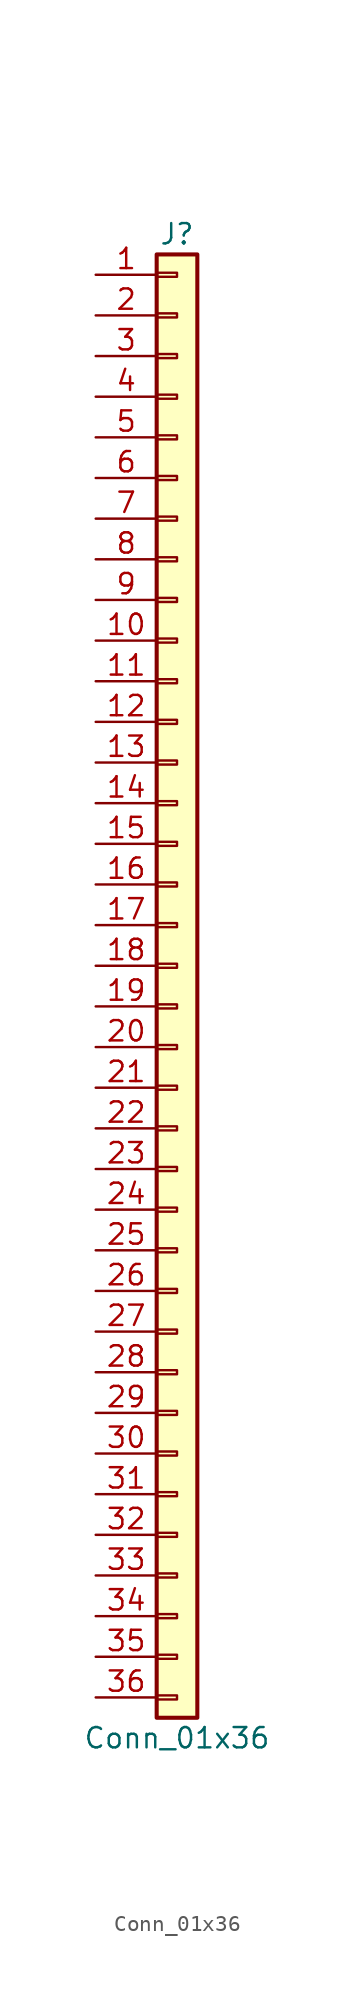
<source format=kicad_sym>
(kicad_symbol_lib
  (version 20220914)
  (generator kicad_symbol_editor)
  (symbol "Conn_01x36"
    (pin_names
      (offset 1.016) hide)
    (property "Reference" "J"
      (at 0 45.72 0)
      (effects (font (size 1.27 1.27))))
    (property "Value" "Conn_01x36"
      (at 0 -48.26 0)
      (effects (font (size 1.27 1.27))))
    (symbol "Conn_01x36_1_1"
      (rectangle (start -1.27 -45.593) (end 0 -45.847) (stroke (width 0.152) (type default)) (fill (type none)))
      (rectangle (start -1.27 -43.053) (end 0 -43.307) (stroke (width 0.152) (type default)) (fill (type none)))
      (rectangle (start -1.27 -40.513) (end 0 -40.767) (stroke (width 0.152) (type default)) (fill (type none)))
      (rectangle (start -1.27 -37.973) (end 0 -38.227) (stroke (width 0.152) (type default)) (fill (type none)))
      (rectangle (start -1.27 -35.433) (end 0 -35.687) (stroke (width 0.152) (type default)) (fill (type none)))
      (rectangle (start -1.27 -32.893) (end 0 -33.147) (stroke (width 0.152) (type default)) (fill (type none)))
      (rectangle (start -1.27 -30.353) (end 0 -30.607) (stroke (width 0.152) (type default)) (fill (type none)))
      (rectangle (start -1.27 -27.813) (end 0 -28.067) (stroke (width 0.152) (type default)) (fill (type none)))
      (rectangle (start -1.27 -25.273) (end 0 -25.527) (stroke (width 0.152) (type default)) (fill (type none)))
      (rectangle (start -1.27 -22.733) (end 0 -22.987) (stroke (width 0.152) (type default)) (fill (type none)))
      (rectangle (start -1.27 -20.193) (end 0 -20.447) (stroke (width 0.152) (type default)) (fill (type none)))
      (rectangle (start -1.27 -17.653) (end 0 -17.907) (stroke (width 0.152) (type default)) (fill (type none)))
      (rectangle (start -1.27 -15.113) (end 0 -15.367) (stroke (width 0.152) (type default)) (fill (type none)))
      (rectangle (start -1.27 -12.573) (end 0 -12.827) (stroke (width 0.152) (type default)) (fill (type none)))
      (rectangle (start -1.27 -10.033) (end 0 -10.287) (stroke (width 0.152) (type default)) (fill (type none)))
      (rectangle (start -1.27 -7.493) (end 0 -7.747) (stroke (width 0.152) (type default)) (fill (type none)))
      (rectangle (start -1.27 -4.953) (end 0 -5.207) (stroke (width 0.152) (type default)) (fill (type none)))
      (rectangle (start -1.27 -2.413) (end 0 -2.667) (stroke (width 0.152) (type default)) (fill (type none)))
      (rectangle (start -1.27 0.127) (end 0 -0.127) (stroke (width 0.152) (type default)) (fill (type none)))
      (rectangle (start -1.27 2.667) (end 0 2.413) (stroke (width 0.152) (type default)) (fill (type none)))
      (rectangle (start -1.27 5.207) (end 0 4.953) (stroke (width 0.152) (type default)) (fill (type none)))
      (rectangle (start -1.27 7.747) (end 0 7.493) (stroke (width 0.152) (type default)) (fill (type none)))
      (rectangle (start -1.27 10.287) (end 0 10.033) (stroke (width 0.152) (type default)) (fill (type none)))
      (rectangle (start -1.27 12.827) (end 0 12.573) (stroke (width 0.152) (type default)) (fill (type none)))
      (rectangle (start -1.27 15.367) (end 0 15.113) (stroke (width 0.152) (type default)) (fill (type none)))
      (rectangle (start -1.27 17.907) (end 0 17.653) (stroke (width 0.152) (type default)) (fill (type none)))
      (rectangle (start -1.27 20.447) (end 0 20.193) (stroke (width 0.152) (type default)) (fill (type none)))
      (rectangle (start -1.27 22.987) (end 0 22.733) (stroke (width 0.152) (type default)) (fill (type none)))
      (rectangle (start -1.27 25.527) (end 0 25.273) (stroke (width 0.152) (type default)) (fill (type none)))
      (rectangle (start -1.27 28.067) (end 0 27.813) (stroke (width 0.152) (type default)) (fill (type none)))
      (rectangle (start -1.27 30.607) (end 0 30.353) (stroke (width 0.152) (type default)) (fill (type none)))
      (rectangle (start -1.27 33.147) (end 0 32.893) (stroke (width 0.152) (type default)) (fill (type none)))
      (rectangle (start -1.27 35.687) (end 0 35.433) (stroke (width 0.152) (type default)) (fill (type none)))
      (rectangle (start -1.27 38.227) (end 0 37.973) (stroke (width 0.152) (type default)) (fill (type none)))
      (rectangle (start -1.27 40.767) (end 0 40.513) (stroke (width 0.152) (type default)) (fill (type none)))
      (rectangle (start -1.27 43.307) (end 0 43.053) (stroke (width 0.152) (type default)) (fill (type none)))
      (rectangle (start -1.27 44.45) (end 1.27 -46.99) (stroke (width 0.254) (type default)) (fill (type background)))
      (pin passive line (at -5.08 43.18 0) (length 3.81) (name "Pin_1" (effects (font (size 1.27 1.27)))) (number "1" (effects (font (size 1.27 1.27)))))
      (pin passive line (at -5.08 20.32 0) (length 3.81) (name "Pin_10" (effects (font (size 1.27 1.27)))) (number "10" (effects (font (size 1.27 1.27)))))
      (pin passive line (at -5.08 17.78 0) (length 3.81) (name "Pin_11" (effects (font (size 1.27 1.27)))) (number "11" (effects (font (size 1.27 1.27)))))
      (pin passive line (at -5.08 15.24 0) (length 3.81) (name "Pin_12" (effects (font (size 1.27 1.27)))) (number "12" (effects (font (size 1.27 1.27)))))
      (pin passive line (at -5.08 12.7 0) (length 3.81) (name "Pin_13" (effects (font (size 1.27 1.27)))) (number "13" (effects (font (size 1.27 1.27)))))
      (pin passive line (at -5.08 10.16 0) (length 3.81) (name "Pin_14" (effects (font (size 1.27 1.27)))) (number "14" (effects (font (size 1.27 1.27)))))
      (pin passive line (at -5.08 7.62 0) (length 3.81) (name "Pin_15" (effects (font (size 1.27 1.27)))) (number "15" (effects (font (size 1.27 1.27)))))
      (pin passive line (at -5.08 5.08 0) (length 3.81) (name "Pin_16" (effects (font (size 1.27 1.27)))) (number "16" (effects (font (size 1.27 1.27)))))
      (pin passive line (at -5.08 2.54 0) (length 3.81) (name "Pin_17" (effects (font (size 1.27 1.27)))) (number "17" (effects (font (size 1.27 1.27)))))
      (pin passive line (at -5.08 0 0) (length 3.81) (name "Pin_18" (effects (font (size 1.27 1.27)))) (number "18" (effects (font (size 1.27 1.27)))))
      (pin passive line (at -5.08 -2.54 0) (length 3.81) (name "Pin_19" (effects (font (size 1.27 1.27)))) (number "19" (effects (font (size 1.27 1.27)))))
      (pin passive line (at -5.08 40.64 0) (length 3.81) (name "Pin_2" (effects (font (size 1.27 1.27)))) (number "2" (effects (font (size 1.27 1.27)))))
      (pin passive line (at -5.08 -5.08 0) (length 3.81) (name "Pin_20" (effects (font (size 1.27 1.27)))) (number "20" (effects (font (size 1.27 1.27)))))
      (pin passive line (at -5.08 -7.62 0) (length 3.81) (name "Pin_21" (effects (font (size 1.27 1.27)))) (number "21" (effects (font (size 1.27 1.27)))))
      (pin passive line (at -5.08 -10.16 0) (length 3.81) (name "Pin_22" (effects (font (size 1.27 1.27)))) (number "22" (effects (font (size 1.27 1.27)))))
      (pin passive line (at -5.08 -12.7 0) (length 3.81) (name "Pin_23" (effects (font (size 1.27 1.27)))) (number "23" (effects (font (size 1.27 1.27)))))
      (pin passive line (at -5.08 -15.24 0) (length 3.81) (name "Pin_24" (effects (font (size 1.27 1.27)))) (number "24" (effects (font (size 1.27 1.27)))))
      (pin passive line (at -5.08 -17.78 0) (length 3.81) (name "Pin_25" (effects (font (size 1.27 1.27)))) (number "25" (effects (font (size 1.27 1.27)))))
      (pin passive line (at -5.08 -20.32 0) (length 3.81) (name "Pin_26" (effects (font (size 1.27 1.27)))) (number "26" (effects (font (size 1.27 1.27)))))
      (pin passive line (at -5.08 -22.86 0) (length 3.81) (name "Pin_27" (effects (font (size 1.27 1.27)))) (number "27" (effects (font (size 1.27 1.27)))))
      (pin passive line (at -5.08 -25.4 0) (length 3.81) (name "Pin_28" (effects (font (size 1.27 1.27)))) (number "28" (effects (font (size 1.27 1.27)))))
      (pin passive line (at -5.08 -27.94 0) (length 3.81) (name "Pin_29" (effects (font (size 1.27 1.27)))) (number "29" (effects (font (size 1.27 1.27)))))
      (pin passive line (at -5.08 38.1 0) (length 3.81) (name "Pin_3" (effects (font (size 1.27 1.27)))) (number "3" (effects (font (size 1.27 1.27)))))
      (pin passive line (at -5.08 -30.48 0) (length 3.81) (name "Pin_30" (effects (font (size 1.27 1.27)))) (number "30" (effects (font (size 1.27 1.27)))))
      (pin passive line (at -5.08 -33.02 0) (length 3.81) (name "Pin_31" (effects (font (size 1.27 1.27)))) (number "31" (effects (font (size 1.27 1.27)))))
      (pin passive line (at -5.08 -35.56 0) (length 3.81) (name "Pin_32" (effects (font (size 1.27 1.27)))) (number "32" (effects (font (size 1.27 1.27)))))
      (pin passive line (at -5.08 -38.1 0) (length 3.81) (name "Pin_33" (effects (font (size 1.27 1.27)))) (number "33" (effects (font (size 1.27 1.27)))))
      (pin passive line (at -5.08 -40.64 0) (length 3.81) (name "Pin_34" (effects (font (size 1.27 1.27)))) (number "34" (effects (font (size 1.27 1.27)))))
      (pin passive line (at -5.08 -43.18 0) (length 3.81) (name "Pin_35" (effects (font (size 1.27 1.27)))) (number "35" (effects (font (size 1.27 1.27)))))
      (pin passive line (at -5.08 -45.72 0) (length 3.81) (name "Pin_36" (effects (font (size 1.27 1.27)))) (number "36" (effects (font (size 1.27 1.27)))))
      (pin passive line (at -5.08 35.56 0) (length 3.81) (name "Pin_4" (effects (font (size 1.27 1.27)))) (number "4" (effects (font (size 1.27 1.27)))))
      (pin passive line (at -5.08 33.02 0) (length 3.81) (name "Pin_5" (effects (font (size 1.27 1.27)))) (number "5" (effects (font (size 1.27 1.27)))))
      (pin passive line (at -5.08 30.48 0) (length 3.81) (name "Pin_6" (effects (font (size 1.27 1.27)))) (number "6" (effects (font (size 1.27 1.27)))))
      (pin passive line (at -5.08 27.94 0) (length 3.81) (name "Pin_7" (effects (font (size 1.27 1.27)))) (number "7" (effects (font (size 1.27 1.27)))))
      (pin passive line (at -5.08 25.4 0) (length 3.81) (name "Pin_8" (effects (font (size 1.27 1.27)))) (number "8" (effects (font (size 1.27 1.27)))))
      (pin passive line (at -5.08 22.86 0) (length 3.81) (name "Pin_9" (effects (font (size 1.27 1.27)))) (number "9" (effects (font (size 1.27 1.27))))))))
</source>
